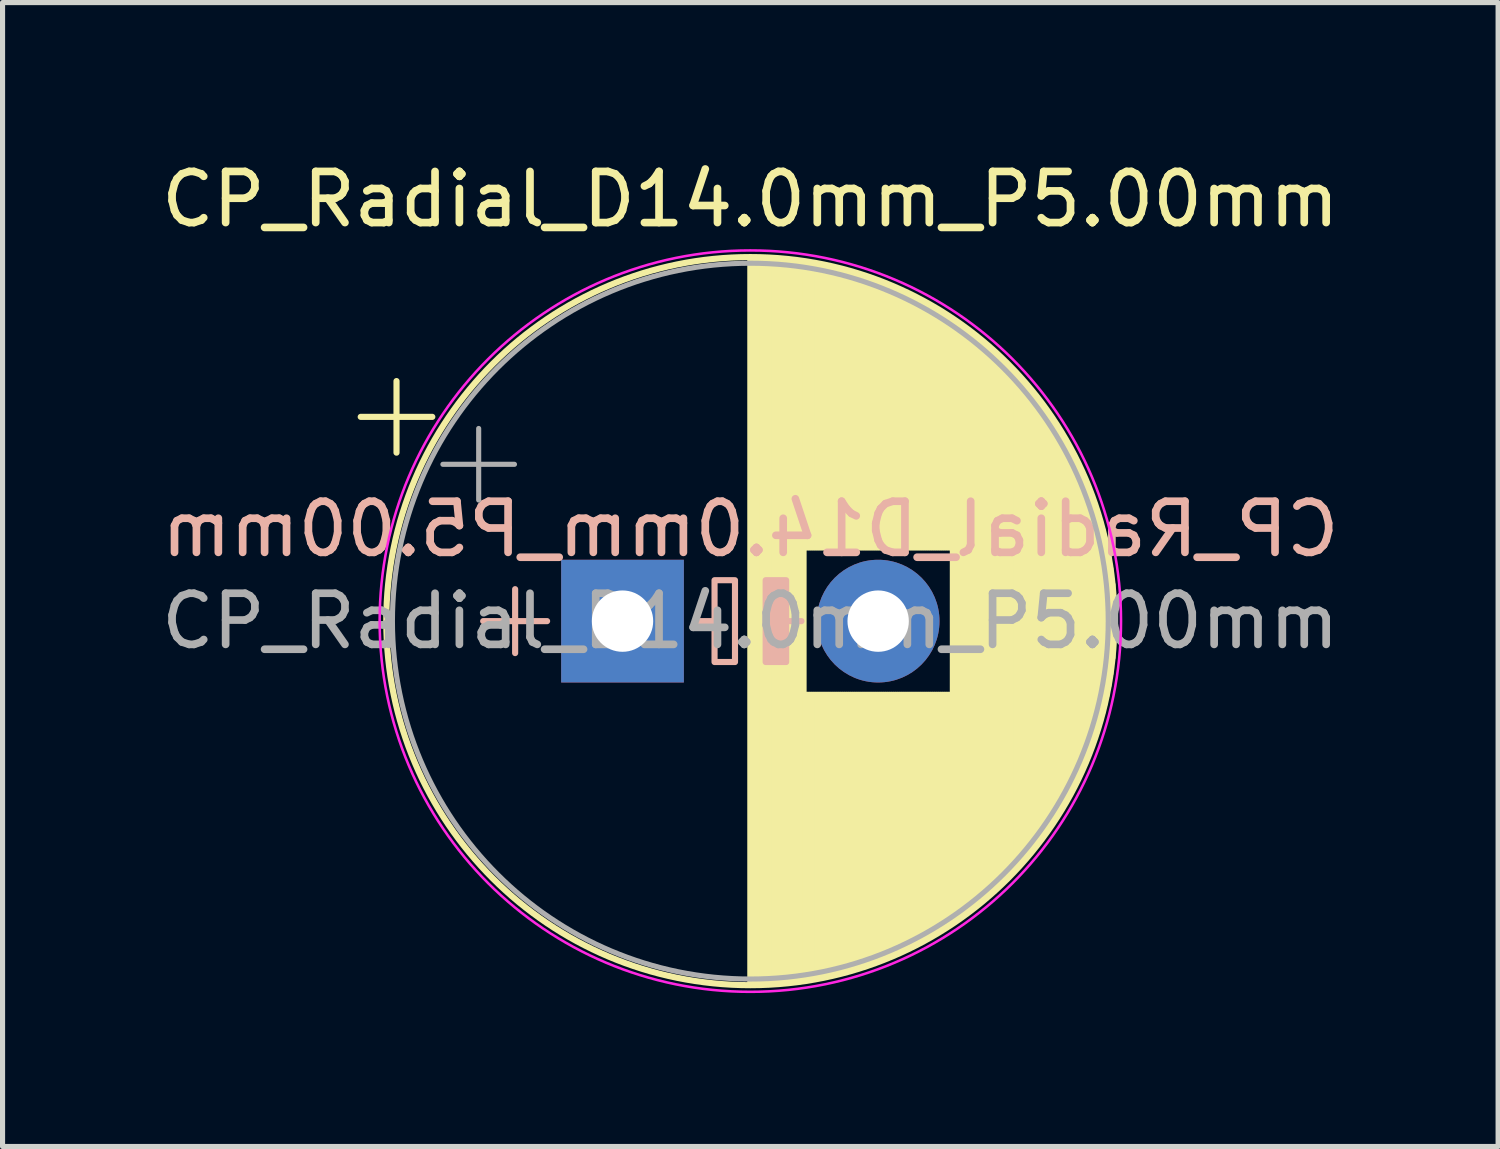
<source format=kicad_pcb>
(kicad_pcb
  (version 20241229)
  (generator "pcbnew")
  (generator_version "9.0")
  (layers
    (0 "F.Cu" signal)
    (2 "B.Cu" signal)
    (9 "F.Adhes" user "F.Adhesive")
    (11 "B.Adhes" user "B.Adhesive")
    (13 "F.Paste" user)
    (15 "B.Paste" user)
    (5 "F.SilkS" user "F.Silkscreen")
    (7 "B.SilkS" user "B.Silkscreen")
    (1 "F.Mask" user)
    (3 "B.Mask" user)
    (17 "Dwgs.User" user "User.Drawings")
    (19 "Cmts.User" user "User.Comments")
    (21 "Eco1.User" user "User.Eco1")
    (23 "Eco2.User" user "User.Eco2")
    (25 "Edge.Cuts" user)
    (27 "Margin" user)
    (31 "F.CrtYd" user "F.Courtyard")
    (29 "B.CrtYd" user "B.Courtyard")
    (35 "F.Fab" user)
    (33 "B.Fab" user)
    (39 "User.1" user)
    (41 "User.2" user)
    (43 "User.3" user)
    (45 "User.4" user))
  (footprint "CP_Radial_D14.0mm_P5.00mm"
    (layer "F.Cu")
    (at 9.125 9.098)
    (property "Reference" "CP_Radial_D14.0mm_P5.00mm" (at 2.5 -8.25 0) (layer "F.SilkS") (effects (font (size 1 1) (thickness 0.15))))
    (fp_line (start -5.12 -3.995) (end -3.72 -3.995) (stroke (width 0.12) (type solid)) (layer "F.SilkS"))
    (fp_line (start -4.42 -4.695) (end -4.42 -3.295) (stroke (width 0.12) (type solid)) (layer "F.SilkS"))
    (fp_line (start 2.5 -7.08) (end 2.5 7.08) (stroke (width 0.12) (type solid)) (layer "F.SilkS"))
    (fp_line (start 2.54 -7.08) (end 2.54 7.08) (stroke (width 0.12) (type solid)) (layer "F.SilkS"))
    (fp_line (start 2.58 -7.08) (end 2.58 7.08) (stroke (width 0.12) (type solid)) (layer "F.SilkS"))
    (fp_line (start 2.62 -7.079) (end 2.62 7.079) (stroke (width 0.12) (type solid)) (layer "F.SilkS"))
    (fp_line (start 2.66 -7.079) (end 2.66 7.079) (stroke (width 0.12) (type solid)) (layer "F.SilkS"))
    (fp_line (start 2.7 -7.078) (end 2.7 7.078) (stroke (width 0.12) (type solid)) (layer "F.SilkS"))
    (fp_line (start 2.74 -7.076) (end 2.74 7.076) (stroke (width 0.12) (type solid)) (layer "F.SilkS"))
    (fp_line (start 2.78 -7.075) (end 2.78 7.075) (stroke (width 0.12) (type solid)) (layer "F.SilkS"))
    (fp_line (start 2.82 -7.073) (end 2.82 7.073) (stroke (width 0.12) (type solid)) (layer "F.SilkS"))
    (fp_line (start 2.86 -7.071) (end 2.86 7.071) (stroke (width 0.12) (type solid)) (layer "F.SilkS"))
    (fp_line (start 2.9 -7.069) (end 2.9 7.069) (stroke (width 0.12) (type solid)) (layer "F.SilkS"))
    (fp_line (start 2.94 -7.067) (end 2.94 7.067) (stroke (width 0.12) (type solid)) (layer "F.SilkS"))
    (fp_line (start 2.98 -7.064) (end 2.98 7.064) (stroke (width 0.12) (type solid)) (layer "F.SilkS"))
    (fp_line (start 3.02 -7.061) (end 3.02 7.061) (stroke (width 0.12) (type solid)) (layer "F.SilkS"))
    (fp_line (start 3.06 -7.058) (end 3.06 7.058) (stroke (width 0.12) (type solid)) (layer "F.SilkS"))
    (fp_line (start 3.1 -7.055) (end 3.1 7.055) (stroke (width 0.12) (type solid)) (layer "F.SilkS"))
    (fp_line (start 3.14 -7.052) (end 3.14 7.052) (stroke (width 0.12) (type solid)) (layer "F.SilkS"))
    (fp_line (start 3.18 -7.048) (end 3.18 7.048) (stroke (width 0.12) (type solid)) (layer "F.SilkS"))
    (fp_line (start 3.221 -7.044) (end 3.221 7.044) (stroke (width 0.12) (type solid)) (layer "F.SilkS"))
    (fp_line (start 3.261 -7.04) (end 3.261 7.04) (stroke (width 0.12) (type solid)) (layer "F.SilkS"))
    (fp_line (start 3.301 -7.035) (end 3.301 7.035) (stroke (width 0.12) (type solid)) (layer "F.SilkS"))
    (fp_line (start 3.341 -7.031) (end 3.341 7.031) (stroke (width 0.12) (type solid)) (layer "F.SilkS"))
    (fp_line (start 3.381 -7.026) (end 3.381 7.026) (stroke (width 0.12) (type solid)) (layer "F.SilkS"))
    (fp_line (start 3.421 -7.021) (end 3.421 7.021) (stroke (width 0.12) (type solid)) (layer "F.SilkS"))
    (fp_line (start 3.461 -7.015) (end 3.461 7.015) (stroke (width 0.12) (type solid)) (layer "F.SilkS"))
    (fp_line (start 3.501 -7.01) (end 3.501 7.01) (stroke (width 0.12) (type solid)) (layer "F.SilkS"))
    (fp_line (start 3.541 -7.004) (end 3.541 7.004) (stroke (width 0.12) (type solid)) (layer "F.SilkS"))
    (fp_line (start 3.581 -6.998) (end 3.581 -1.44) (stroke (width 0.12) (type solid)) (layer "F.SilkS"))
    (fp_line (start 3.581 1.44) (end 3.581 6.998) (stroke (width 0.12) (type solid)) (layer "F.SilkS"))
    (fp_line (start 3.621 -6.992) (end 3.621 -1.44) (stroke (width 0.12) (type solid)) (layer "F.SilkS"))
    (fp_line (start 3.621 1.44) (end 3.621 6.992) (stroke (width 0.12) (type solid)) (layer "F.SilkS"))
    (fp_line (start 3.661 -6.985) (end 3.661 -1.44) (stroke (width 0.12) (type solid)) (layer "F.SilkS"))
    (fp_line (start 3.661 1.44) (end 3.661 6.985) (stroke (width 0.12) (type solid)) (layer "F.SilkS"))
    (fp_line (start 3.701 -6.979) (end 3.701 -1.44) (stroke (width 0.12) (type solid)) (layer "F.SilkS"))
    (fp_line (start 3.701 1.44) (end 3.701 6.979) (stroke (width 0.12) (type solid)) (layer "F.SilkS"))
    (fp_line (start 3.741 -6.972) (end 3.741 -1.44) (stroke (width 0.12) (type solid)) (layer "F.SilkS"))
    (fp_line (start 3.741 1.44) (end 3.741 6.972) (stroke (width 0.12) (type solid)) (layer "F.SilkS"))
    (fp_line (start 3.781 -6.964) (end 3.781 -1.44) (stroke (width 0.12) (type solid)) (layer "F.SilkS"))
    (fp_line (start 3.781 1.44) (end 3.781 6.964) (stroke (width 0.12) (type solid)) (layer "F.SilkS"))
    (fp_line (start 3.821 -6.957) (end 3.821 -1.44) (stroke (width 0.12) (type solid)) (layer "F.SilkS"))
    (fp_line (start 3.821 1.44) (end 3.821 6.957) (stroke (width 0.12) (type solid)) (layer "F.SilkS"))
    (fp_line (start 3.861 -6.949) (end 3.861 -1.44) (stroke (width 0.12) (type solid)) (layer "F.SilkS"))
    (fp_line (start 3.861 1.44) (end 3.861 6.949) (stroke (width 0.12) (type solid)) (layer "F.SilkS"))
    (fp_line (start 3.901 -6.942) (end 3.901 -1.44) (stroke (width 0.12) (type solid)) (layer "F.SilkS"))
    (fp_line (start 3.901 1.44) (end 3.901 6.942) (stroke (width 0.12) (type solid)) (layer "F.SilkS"))
    (fp_line (start 3.941 -6.933) (end 3.941 -1.44) (stroke (width 0.12) (type solid)) (layer "F.SilkS"))
    (fp_line (start 3.941 1.44) (end 3.941 6.933) (stroke (width 0.12) (type solid)) (layer "F.SilkS"))
    (fp_line (start 3.981 -6.925) (end 3.981 -1.44) (stroke (width 0.12) (type solid)) (layer "F.SilkS"))
    (fp_line (start 3.981 1.44) (end 3.981 6.925) (stroke (width 0.12) (type solid)) (layer "F.SilkS"))
    (fp_line (start 4.021 -6.916) (end 4.021 -1.44) (stroke (width 0.12) (type solid)) (layer "F.SilkS"))
    (fp_line (start 4.021 1.44) (end 4.021 6.916) (stroke (width 0.12) (type solid)) (layer "F.SilkS"))
    (fp_line (start 4.061 -6.907) (end 4.061 -1.44) (stroke (width 0.12) (type solid)) (layer "F.SilkS"))
    (fp_line (start 4.061 1.44) (end 4.061 6.907) (stroke (width 0.12) (type solid)) (layer "F.SilkS"))
    (fp_line (start 4.101 -6.898) (end 4.101 -1.44) (stroke (width 0.12) (type solid)) (layer "F.SilkS"))
    (fp_line (start 4.101 1.44) (end 4.101 6.898) (stroke (width 0.12) (type solid)) (layer "F.SilkS"))
    (fp_line (start 4.141 -6.889) (end 4.141 -1.44) (stroke (width 0.12) (type solid)) (layer "F.SilkS"))
    (fp_line (start 4.141 1.44) (end 4.141 6.889) (stroke (width 0.12) (type solid)) (layer "F.SilkS"))
    (fp_line (start 4.181 -6.879) (end 4.181 -1.44) (stroke (width 0.12) (type solid)) (layer "F.SilkS"))
    (fp_line (start 4.181 1.44) (end 4.181 6.879) (stroke (width 0.12) (type solid)) (layer "F.SilkS"))
    (fp_line (start 4.221 -6.87) (end 4.221 -1.44) (stroke (width 0.12) (type solid)) (layer "F.SilkS"))
    (fp_line (start 4.221 1.44) (end 4.221 6.87) (stroke (width 0.12) (type solid)) (layer "F.SilkS"))
    (fp_line (start 4.261 -6.86) (end 4.261 -1.44) (stroke (width 0.12) (type solid)) (layer "F.SilkS"))
    (fp_line (start 4.261 1.44) (end 4.261 6.86) (stroke (width 0.12) (type solid)) (layer "F.SilkS"))
    (fp_line (start 4.301 -6.849) (end 4.301 -1.44) (stroke (width 0.12) (type solid)) (layer "F.SilkS"))
    (fp_line (start 4.301 1.44) (end 4.301 6.849) (stroke (width 0.12) (type solid)) (layer "F.SilkS"))
    (fp_line (start 4.341 -6.839) (end 4.341 -1.44) (stroke (width 0.12) (type solid)) (layer "F.SilkS"))
    (fp_line (start 4.341 1.44) (end 4.341 6.839) (stroke (width 0.12) (type solid)) (layer "F.SilkS"))
    (fp_line (start 4.381 -6.828) (end 4.381 -1.44) (stroke (width 0.12) (type solid)) (layer "F.SilkS"))
    (fp_line (start 4.381 1.44) (end 4.381 6.828) (stroke (width 0.12) (type solid)) (layer "F.SilkS"))
    (fp_line (start 4.421 -6.817) (end 4.421 -1.44) (stroke (width 0.12) (type solid)) (layer "F.SilkS"))
    (fp_line (start 4.421 1.44) (end 4.421 6.817) (stroke (width 0.12) (type solid)) (layer "F.SilkS"))
    (fp_line (start 4.461 -6.805) (end 4.461 -1.44) (stroke (width 0.12) (type solid)) (layer "F.SilkS"))
    (fp_line (start 4.461 1.44) (end 4.461 6.805) (stroke (width 0.12) (type solid)) (layer "F.SilkS"))
    (fp_line (start 4.501 -6.794) (end 4.501 -1.44) (stroke (width 0.12) (type solid)) (layer "F.SilkS"))
    (fp_line (start 4.501 1.44) (end 4.501 6.794) (stroke (width 0.12) (type solid)) (layer "F.SilkS"))
    (fp_line (start 4.541 -6.782) (end 4.541 -1.44) (stroke (width 0.12) (type solid)) (layer "F.SilkS"))
    (fp_line (start 4.541 1.44) (end 4.541 6.782) (stroke (width 0.12) (type solid)) (layer "F.SilkS"))
    (fp_line (start 4.581 -6.77) (end 4.581 -1.44) (stroke (width 0.12) (type solid)) (layer "F.SilkS"))
    (fp_line (start 4.581 1.44) (end 4.581 6.77) (stroke (width 0.12) (type solid)) (layer "F.SilkS"))
    (fp_line (start 4.621 -6.758) (end 4.621 -1.44) (stroke (width 0.12) (type solid)) (layer "F.SilkS"))
    (fp_line (start 4.621 1.44) (end 4.621 6.758) (stroke (width 0.12) (type solid)) (layer "F.SilkS"))
    (fp_line (start 4.661 -6.745) (end 4.661 -1.44) (stroke (width 0.12) (type solid)) (layer "F.SilkS"))
    (fp_line (start 4.661 1.44) (end 4.661 6.745) (stroke (width 0.12) (type solid)) (layer "F.SilkS"))
    (fp_line (start 4.701 -6.732) (end 4.701 -1.44) (stroke (width 0.12) (type solid)) (layer "F.SilkS"))
    (fp_line (start 4.701 1.44) (end 4.701 6.732) (stroke (width 0.12) (type solid)) (layer "F.SilkS"))
    (fp_line (start 4.741 -6.719) (end 4.741 -1.44) (stroke (width 0.12) (type solid)) (layer "F.SilkS"))
    (fp_line (start 4.741 1.44) (end 4.741 6.719) (stroke (width 0.12) (type solid)) (layer "F.SilkS"))
    (fp_line (start 4.781 -6.706) (end 4.781 -1.44) (stroke (width 0.12) (type solid)) (layer "F.SilkS"))
    (fp_line (start 4.781 1.44) (end 4.781 6.706) (stroke (width 0.12) (type solid)) (layer "F.SilkS"))
    (fp_line (start 4.821 -6.692) (end 4.821 -1.44) (stroke (width 0.12) (type solid)) (layer "F.SilkS"))
    (fp_line (start 4.821 1.44) (end 4.821 6.692) (stroke (width 0.12) (type solid)) (layer "F.SilkS"))
    (fp_line (start 4.861 -6.678) (end 4.861 -1.44) (stroke (width 0.12) (type solid)) (layer "F.SilkS"))
    (fp_line (start 4.861 1.44) (end 4.861 6.678) (stroke (width 0.12) (type solid)) (layer "F.SilkS"))
    (fp_line (start 4.901 -6.664) (end 4.901 -1.44) (stroke (width 0.12) (type solid)) (layer "F.SilkS"))
    (fp_line (start 4.901 1.44) (end 4.901 6.664) (stroke (width 0.12) (type solid)) (layer "F.SilkS"))
    (fp_line (start 4.941 -6.649) (end 4.941 -1.44) (stroke (width 0.12) (type solid)) (layer "F.SilkS"))
    (fp_line (start 4.941 1.44) (end 4.941 6.649) (stroke (width 0.12) (type solid)) (layer "F.SilkS"))
    (fp_line (start 4.981 -6.635) (end 4.981 -1.44) (stroke (width 0.12) (type solid)) (layer "F.SilkS"))
    (fp_line (start 4.981 1.44) (end 4.981 6.635) (stroke (width 0.12) (type solid)) (layer "F.SilkS"))
    (fp_line (start 5.021 -6.62) (end 5.021 -1.44) (stroke (width 0.12) (type solid)) (layer "F.SilkS"))
    (fp_line (start 5.021 1.44) (end 5.021 6.62) (stroke (width 0.12) (type solid)) (layer "F.SilkS"))
    (fp_line (start 5.061 -6.604) (end 5.061 -1.44) (stroke (width 0.12) (type solid)) (layer "F.SilkS"))
    (fp_line (start 5.061 1.44) (end 5.061 6.604) (stroke (width 0.12) (type solid)) (layer "F.SilkS"))
    (fp_line (start 5.101 -6.589) (end 5.101 -1.44) (stroke (width 0.12) (type solid)) (layer "F.SilkS"))
    (fp_line (start 5.101 1.44) (end 5.101 6.589) (stroke (width 0.12) (type solid)) (layer "F.SilkS"))
    (fp_line (start 5.141 -6.573) (end 5.141 -1.44) (stroke (width 0.12) (type solid)) (layer "F.SilkS"))
    (fp_line (start 5.141 1.44) (end 5.141 6.573) (stroke (width 0.12) (type solid)) (layer "F.SilkS"))
    (fp_line (start 5.181 -6.557) (end 5.181 -1.44) (stroke (width 0.12) (type solid)) (layer "F.SilkS"))
    (fp_line (start 5.181 1.44) (end 5.181 6.557) (stroke (width 0.12) (type solid)) (layer "F.SilkS"))
    (fp_line (start 5.221 -6.54) (end 5.221 -1.44) (stroke (width 0.12) (type solid)) (layer "F.SilkS"))
    (fp_line (start 5.221 1.44) (end 5.221 6.54) (stroke (width 0.12) (type solid)) (layer "F.SilkS"))
    (fp_line (start 5.261 -6.524) (end 5.261 -1.44) (stroke (width 0.12) (type solid)) (layer "F.SilkS"))
    (fp_line (start 5.261 1.44) (end 5.261 6.524) (stroke (width 0.12) (type solid)) (layer "F.SilkS"))
    (fp_line (start 5.301 -6.507) (end 5.301 -1.44) (stroke (width 0.12) (type solid)) (layer "F.SilkS"))
    (fp_line (start 5.301 1.44) (end 5.301 6.507) (stroke (width 0.12) (type solid)) (layer "F.SilkS"))
    (fp_line (start 5.341 -6.49) (end 5.341 -1.44) (stroke (width 0.12) (type solid)) (layer "F.SilkS"))
    (fp_line (start 5.341 1.44) (end 5.341 6.49) (stroke (width 0.12) (type solid)) (layer "F.SilkS"))
    (fp_line (start 5.381 -6.472) (end 5.381 -1.44) (stroke (width 0.12) (type solid)) (layer "F.SilkS"))
    (fp_line (start 5.381 1.44) (end 5.381 6.472) (stroke (width 0.12) (type solid)) (layer "F.SilkS"))
    (fp_line (start 5.421 -6.454) (end 5.421 -1.44) (stroke (width 0.12) (type solid)) (layer "F.SilkS"))
    (fp_line (start 5.421 1.44) (end 5.421 6.454) (stroke (width 0.12) (type solid)) (layer "F.SilkS"))
    (fp_line (start 5.461 -6.436) (end 5.461 -1.44) (stroke (width 0.12) (type solid)) (layer "F.SilkS"))
    (fp_line (start 5.461 1.44) (end 5.461 6.436) (stroke (width 0.12) (type solid)) (layer "F.SilkS"))
    (fp_line (start 5.501 -6.418) (end 5.501 -1.44) (stroke (width 0.12) (type solid)) (layer "F.SilkS"))
    (fp_line (start 5.501 1.44) (end 5.501 6.418) (stroke (width 0.12) (type solid)) (layer "F.SilkS"))
    (fp_line (start 5.541 -6.399) (end 5.541 -1.44) (stroke (width 0.12) (type solid)) (layer "F.SilkS"))
    (fp_line (start 5.541 1.44) (end 5.541 6.399) (stroke (width 0.12) (type solid)) (layer "F.SilkS"))
    (fp_line (start 5.581 -6.38) (end 5.581 -1.44) (stroke (width 0.12) (type solid)) (layer "F.SilkS"))
    (fp_line (start 5.581 1.44) (end 5.581 6.38) (stroke (width 0.12) (type solid)) (layer "F.SilkS"))
    (fp_line (start 5.621 -6.36) (end 5.621 -1.44) (stroke (width 0.12) (type solid)) (layer "F.SilkS"))
    (fp_line (start 5.621 1.44) (end 5.621 6.36) (stroke (width 0.12) (type solid)) (layer "F.SilkS"))
    (fp_line (start 5.661 -6.341) (end 5.661 -1.44) (stroke (width 0.12) (type solid)) (layer "F.SilkS"))
    (fp_line (start 5.661 1.44) (end 5.661 6.341) (stroke (width 0.12) (type solid)) (layer "F.SilkS"))
    (fp_line (start 5.701 -6.321) (end 5.701 -1.44) (stroke (width 0.12) (type solid)) (layer "F.SilkS"))
    (fp_line (start 5.701 1.44) (end 5.701 6.321) (stroke (width 0.12) (type solid)) (layer "F.SilkS"))
    (fp_line (start 5.741 -6.301) (end 5.741 -1.44) (stroke (width 0.12) (type solid)) (layer "F.SilkS"))
    (fp_line (start 5.741 1.44) (end 5.741 6.301) (stroke (width 0.12) (type solid)) (layer "F.SilkS"))
    (fp_line (start 5.781 -6.28) (end 5.781 -1.44) (stroke (width 0.12) (type solid)) (layer "F.SilkS"))
    (fp_line (start 5.781 1.44) (end 5.781 6.28) (stroke (width 0.12) (type solid)) (layer "F.SilkS"))
    (fp_line (start 5.821 -6.259) (end 5.821 -1.44) (stroke (width 0.12) (type solid)) (layer "F.SilkS"))
    (fp_line (start 5.821 1.44) (end 5.821 6.259) (stroke (width 0.12) (type solid)) (layer "F.SilkS"))
    (fp_line (start 5.861 -6.238) (end 5.861 -1.44) (stroke (width 0.12) (type solid)) (layer "F.SilkS"))
    (fp_line (start 5.861 1.44) (end 5.861 6.238) (stroke (width 0.12) (type solid)) (layer "F.SilkS"))
    (fp_line (start 5.901 -6.216) (end 5.901 -1.44) (stroke (width 0.12) (type solid)) (layer "F.SilkS"))
    (fp_line (start 5.901 1.44) (end 5.901 6.216) (stroke (width 0.12) (type solid)) (layer "F.SilkS"))
    (fp_line (start 5.941 -6.194) (end 5.941 -1.44) (stroke (width 0.12) (type solid)) (layer "F.SilkS"))
    (fp_line (start 5.941 1.44) (end 5.941 6.194) (stroke (width 0.12) (type solid)) (layer "F.SilkS"))
    (fp_line (start 5.981 -6.172) (end 5.981 -1.44) (stroke (width 0.12) (type solid)) (layer "F.SilkS"))
    (fp_line (start 5.981 1.44) (end 5.981 6.172) (stroke (width 0.12) (type solid)) (layer "F.SilkS"))
    (fp_line (start 6.021 -6.15) (end 6.021 -1.44) (stroke (width 0.12) (type solid)) (layer "F.SilkS"))
    (fp_line (start 6.021 1.44) (end 6.021 6.15) (stroke (width 0.12) (type solid)) (layer "F.SilkS"))
    (fp_line (start 6.061 -6.127) (end 6.061 -1.44) (stroke (width 0.12) (type solid)) (layer "F.SilkS"))
    (fp_line (start 6.061 1.44) (end 6.061 6.127) (stroke (width 0.12) (type solid)) (layer "F.SilkS"))
    (fp_line (start 6.101 -6.103) (end 6.101 -1.44) (stroke (width 0.12) (type solid)) (layer "F.SilkS"))
    (fp_line (start 6.101 1.44) (end 6.101 6.103) (stroke (width 0.12) (type solid)) (layer "F.SilkS"))
    (fp_line (start 6.141 -6.08) (end 6.141 -1.44) (stroke (width 0.12) (type solid)) (layer "F.SilkS"))
    (fp_line (start 6.141 1.44) (end 6.141 6.08) (stroke (width 0.12) (type solid)) (layer "F.SilkS"))
    (fp_line (start 6.181 -6.056) (end 6.181 -1.44) (stroke (width 0.12) (type solid)) (layer "F.SilkS"))
    (fp_line (start 6.181 1.44) (end 6.181 6.056) (stroke (width 0.12) (type solid)) (layer "F.SilkS"))
    (fp_line (start 6.221 -6.031) (end 6.221 -1.44) (stroke (width 0.12) (type solid)) (layer "F.SilkS"))
    (fp_line (start 6.221 1.44) (end 6.221 6.031) (stroke (width 0.12) (type solid)) (layer "F.SilkS"))
    (fp_line (start 6.261 -6.007) (end 6.261 -1.44) (stroke (width 0.12) (type solid)) (layer "F.SilkS"))
    (fp_line (start 6.261 1.44) (end 6.261 6.007) (stroke (width 0.12) (type solid)) (layer "F.SilkS"))
    (fp_line (start 6.301 -5.982) (end 6.301 -1.44) (stroke (width 0.12) (type solid)) (layer "F.SilkS"))
    (fp_line (start 6.301 1.44) (end 6.301 5.982) (stroke (width 0.12) (type solid)) (layer "F.SilkS"))
    (fp_line (start 6.341 -5.956) (end 6.341 -1.44) (stroke (width 0.12) (type solid)) (layer "F.SilkS"))
    (fp_line (start 6.341 1.44) (end 6.341 5.956) (stroke (width 0.12) (type solid)) (layer "F.SilkS"))
    (fp_line (start 6.381 -5.93) (end 6.381 -1.44) (stroke (width 0.12) (type solid)) (layer "F.SilkS"))
    (fp_line (start 6.381 1.44) (end 6.381 5.93) (stroke (width 0.12) (type solid)) (layer "F.SilkS"))
    (fp_line (start 6.421 -5.904) (end 6.421 -1.44) (stroke (width 0.12) (type solid)) (layer "F.SilkS"))
    (fp_line (start 6.421 1.44) (end 6.421 5.904) (stroke (width 0.12) (type solid)) (layer "F.SilkS"))
    (fp_line (start 6.461 -5.878) (end 6.461 5.878) (stroke (width 0.12) (type solid)) (layer "F.SilkS"))
    (fp_line (start 6.501 -5.851) (end 6.501 5.851) (stroke (width 0.12) (type solid)) (layer "F.SilkS"))
    (fp_line (start 6.541 -5.823) (end 6.541 5.823) (stroke (width 0.12) (type solid)) (layer "F.SilkS"))
    (fp_line (start 6.581 -5.796) (end 6.581 5.796) (stroke (width 0.12) (type solid)) (layer "F.SilkS"))
    (fp_line (start 6.621 -5.767) (end 6.621 5.767) (stroke (width 0.12) (type solid)) (layer "F.SilkS"))
    (fp_line (start 6.661 -5.739) (end 6.661 5.739) (stroke (width 0.12) (type solid)) (layer "F.SilkS"))
    (fp_line (start 6.701 -5.71) (end 6.701 5.71) (stroke (width 0.12) (type solid)) (layer "F.SilkS"))
    (fp_line (start 6.741 -5.68) (end 6.741 5.68) (stroke (width 0.12) (type solid)) (layer "F.SilkS"))
    (fp_line (start 6.781 -5.65) (end 6.781 5.65) (stroke (width 0.12) (type solid)) (layer "F.SilkS"))
    (fp_line (start 6.821 -5.62) (end 6.821 5.62) (stroke (width 0.12) (type solid)) (layer "F.SilkS"))
    (fp_line (start 6.861 -5.589) (end 6.861 5.589) (stroke (width 0.12) (type solid)) (layer "F.SilkS"))
    (fp_line (start 6.901 -5.558) (end 6.901 5.558) (stroke (width 0.12) (type solid)) (layer "F.SilkS"))
    (fp_line (start 6.941 -5.527) (end 6.941 5.527) (stroke (width 0.12) (type solid)) (layer "F.SilkS"))
    (fp_line (start 6.981 -5.494) (end 6.981 5.494) (stroke (width 0.12) (type solid)) (layer "F.SilkS"))
    (fp_line (start 7.021 -5.462) (end 7.021 5.462) (stroke (width 0.12) (type solid)) (layer "F.SilkS"))
    (fp_line (start 7.061 -5.429) (end 7.061 5.429) (stroke (width 0.12) (type solid)) (layer "F.SilkS"))
    (fp_line (start 7.101 -5.395) (end 7.101 5.395) (stroke (width 0.12) (type solid)) (layer "F.SilkS"))
    (fp_line (start 7.141 -5.361) (end 7.141 5.361) (stroke (width 0.12) (type solid)) (layer "F.SilkS"))
    (fp_line (start 7.181 -5.326) (end 7.181 5.326) (stroke (width 0.12) (type solid)) (layer "F.SilkS"))
    (fp_line (start 7.221 -5.291) (end 7.221 5.291) (stroke (width 0.12) (type solid)) (layer "F.SilkS"))
    (fp_line (start 7.261 -5.255) (end 7.261 5.255) (stroke (width 0.12) (type solid)) (layer "F.SilkS"))
    (fp_line (start 7.301 -5.219) (end 7.301 5.219) (stroke (width 0.12) (type solid)) (layer "F.SilkS"))
    (fp_line (start 7.341 -5.182) (end 7.341 5.182) (stroke (width 0.12) (type solid)) (layer "F.SilkS"))
    (fp_line (start 7.381 -5.145) (end 7.381 5.145) (stroke (width 0.12) (type solid)) (layer "F.SilkS"))
    (fp_line (start 7.421 -5.107) (end 7.421 5.107) (stroke (width 0.12) (type solid)) (layer "F.SilkS"))
    (fp_line (start 7.461 -5.069) (end 7.461 5.069) (stroke (width 0.12) (type solid)) (layer "F.SilkS"))
    (fp_line (start 7.501 -5.029) (end 7.501 5.029) (stroke (width 0.12) (type solid)) (layer "F.SilkS"))
    (fp_line (start 7.541 -4.99) (end 7.541 4.99) (stroke (width 0.12) (type solid)) (layer "F.SilkS"))
    (fp_line (start 7.581 -4.949) (end 7.581 4.949) (stroke (width 0.12) (type solid)) (layer "F.SilkS"))
    (fp_line (start 7.621 -4.908) (end 7.621 4.908) (stroke (width 0.12) (type solid)) (layer "F.SilkS"))
    (fp_line (start 7.661 -4.866) (end 7.661 4.866) (stroke (width 0.12) (type solid)) (layer "F.SilkS"))
    (fp_line (start 7.701 -4.824) (end 7.701 4.824) (stroke (width 0.12) (type solid)) (layer "F.SilkS"))
    (fp_line (start 7.741 -4.781) (end 7.741 4.781) (stroke (width 0.12) (type solid)) (layer "F.SilkS"))
    (fp_line (start 7.781 -4.737) (end 7.781 4.737) (stroke (width 0.12) (type solid)) (layer "F.SilkS"))
    (fp_line (start 7.821 -4.693) (end 7.821 4.693) (stroke (width 0.12) (type solid)) (layer "F.SilkS"))
    (fp_line (start 7.861 -4.647) (end 7.861 4.647) (stroke (width 0.12) (type solid)) (layer "F.SilkS"))
    (fp_line (start 7.901 -4.601) (end 7.901 4.601) (stroke (width 0.12) (type solid)) (layer "F.SilkS"))
    (fp_line (start 7.941 -4.554) (end 7.941 4.554) (stroke (width 0.12) (type solid)) (layer "F.SilkS"))
    (fp_line (start 7.981 -4.506) (end 7.981 4.506) (stroke (width 0.12) (type solid)) (layer "F.SilkS"))
    (fp_line (start 8.021 -4.458) (end 8.021 4.458) (stroke (width 0.12) (type solid)) (layer "F.SilkS"))
    (fp_line (start 8.061 -4.408) (end 8.061 4.408) (stroke (width 0.12) (type solid)) (layer "F.SilkS"))
    (fp_line (start 8.101 -4.358) (end 8.101 4.358) (stroke (width 0.12) (type solid)) (layer "F.SilkS"))
    (fp_line (start 8.141 -4.306) (end 8.141 4.306) (stroke (width 0.12) (type solid)) (layer "F.SilkS"))
    (fp_line (start 8.181 -4.254) (end 8.181 4.254) (stroke (width 0.12) (type solid)) (layer "F.SilkS"))
    (fp_line (start 8.221 -4.2) (end 8.221 4.2) (stroke (width 0.12) (type solid)) (layer "F.SilkS"))
    (fp_line (start 8.261 -4.146) (end 8.261 4.146) (stroke (width 0.12) (type solid)) (layer "F.SilkS"))
    (fp_line (start 8.301 -4.09) (end 8.301 4.09) (stroke (width 0.12) (type solid)) (layer "F.SilkS"))
    (fp_line (start 8.341 -4.033) (end 8.341 4.033) (stroke (width 0.12) (type solid)) (layer "F.SilkS"))
    (fp_line (start 8.381 -3.975) (end 8.381 3.975) (stroke (width 0.12) (type solid)) (layer "F.SilkS"))
    (fp_line (start 8.421 -3.916) (end 8.421 3.916) (stroke (width 0.12) (type solid)) (layer "F.SilkS"))
    (fp_line (start 8.461 -3.856) (end 8.461 3.856) (stroke (width 0.12) (type solid)) (layer "F.SilkS"))
    (fp_line (start 8.501 -3.794) (end 8.501 3.794) (stroke (width 0.12) (type solid)) (layer "F.SilkS"))
    (fp_line (start 8.541 -3.73) (end 8.541 3.73) (stroke (width 0.12) (type solid)) (layer "F.SilkS"))
    (fp_line (start 8.581 -3.666) (end 8.581 3.666) (stroke (width 0.12) (type solid)) (layer "F.SilkS"))
    (fp_line (start 8.621 -3.599) (end 8.621 3.599) (stroke (width 0.12) (type solid)) (layer "F.SilkS"))
    (fp_line (start 8.661 -3.531) (end 8.661 3.531) (stroke (width 0.12) (type solid)) (layer "F.SilkS"))
    (fp_line (start 8.701 -3.461) (end 8.701 3.461) (stroke (width 0.12) (type solid)) (layer "F.SilkS"))
    (fp_line (start 8.741 -3.389) (end 8.741 3.389) (stroke (width 0.12) (type solid)) (layer "F.SilkS"))
    (fp_line (start 8.781 -3.315) (end 8.781 3.315) (stroke (width 0.12) (type solid)) (layer "F.SilkS"))
    (fp_line (start 8.821 -3.24) (end 8.821 3.24) (stroke (width 0.12) (type solid)) (layer "F.SilkS"))
    (fp_line (start 8.861 -3.161) (end 8.861 3.161) (stroke (width 0.12) (type solid)) (layer "F.SilkS"))
    (fp_line (start 8.901 -3.08) (end 8.901 3.08) (stroke (width 0.12) (type solid)) (layer "F.SilkS"))
    (fp_line (start 8.941 -2.997) (end 8.941 2.997) (stroke (width 0.12) (type solid)) (layer "F.SilkS"))
    (fp_line (start 8.981 -2.911) (end 8.981 2.911) (stroke (width 0.12) (type solid)) (layer "F.SilkS"))
    (fp_line (start 9.021 -2.821) (end 9.021 2.821) (stroke (width 0.12) (type solid)) (layer "F.SilkS"))
    (fp_line (start 9.061 -2.728) (end 9.061 2.728) (stroke (width 0.12) (type solid)) (layer "F.SilkS"))
    (fp_line (start 9.101 -2.632) (end 9.101 2.632) (stroke (width 0.12) (type solid)) (layer "F.SilkS"))
    (fp_line (start 9.141 -2.53) (end 9.141 2.53) (stroke (width 0.12) (type solid)) (layer "F.SilkS"))
    (fp_line (start 9.181 -2.425) (end 9.181 2.425) (stroke (width 0.12) (type solid)) (layer "F.SilkS"))
    (fp_line (start 9.221 -2.313) (end 9.221 2.313) (stroke (width 0.12) (type solid)) (layer "F.SilkS"))
    (fp_line (start 9.261 -2.196) (end 9.261 2.196) (stroke (width 0.12) (type solid)) (layer "F.SilkS"))
    (fp_line (start 9.301 -2.071) (end 9.301 2.071) (stroke (width 0.12) (type solid)) (layer "F.SilkS"))
    (fp_line (start 9.341 -1.938) (end 9.341 1.938) (stroke (width 0.12) (type solid)) (layer "F.SilkS"))
    (fp_line (start 9.381 -1.794) (end 9.381 1.794) (stroke (width 0.12) (type solid)) (layer "F.SilkS"))
    (fp_line (start 9.421 -1.636) (end 9.421 1.636) (stroke (width 0.12) (type solid)) (layer "F.SilkS"))
    (fp_line (start 9.461 -1.461) (end 9.461 1.461) (stroke (width 0.12) (type solid)) (layer "F.SilkS"))
    (fp_line (start 9.501 -1.262) (end 9.501 1.262) (stroke (width 0.12) (type solid)) (layer "F.SilkS"))
    (fp_line (start 9.541 -1.025) (end 9.541 1.025) (stroke (width 0.12) (type solid)) (layer "F.SilkS"))
    (fp_line (start 9.581 -0.714) (end 9.581 0.714) (stroke (width 0.12) (type solid)) (layer "F.SilkS"))
    (fp_circle (center 2.5 0) (end 9.62 0) (stroke (width 0.12) (type solid)) (fill no) (layer "F.SilkS"))
    (fp_line (start -2.1 -0.625) (end -2.1 0.625) (stroke (width 0.12) (type solid)) (layer "B.SilkS"))
    (fp_line (start -1.475 0) (end -2.725 0) (stroke (width 0.12) (type solid)) (layer "B.SilkS"))
    (fp_line (start 1.8 0) (end 1.5 0) (stroke (width 0.12) (type solid)) (layer "B.SilkS"))
    (fp_line (start 3.5 0) (end 3.2 0) (stroke (width 0.12) (type solid)) (layer "B.SilkS"))
    (fp_rect (start 2.2 -0.8) (end 1.8 0.8) (stroke (width 0.12) (type solid)) (fill no) (layer "B.SilkS"))
    (fp_rect (start 3.2 -0.8) (end 2.8 0.8) (stroke (width 0.12) (type solid)) (fill yes) (layer "B.SilkS"))
    (fp_circle (center 2.5 0) (end 9.75 0) (stroke (width 0.05) (type solid)) (fill no) (layer "F.CrtYd"))
    (fp_line (start -3.513 -3.067) (end -2.113 -3.067) (stroke (width 0.1) (type solid)) (layer "F.Fab"))
    (fp_line (start -2.813 -3.768) (end -2.813 -2.368) (stroke (width 0.1) (type solid)) (layer "F.Fab"))
    (fp_circle (center 2.5 0) (end 9.5 0) (stroke (width 0.1) (type solid)) (fill no) (layer "F.Fab"))
    (fp_text user "${REFERENCE}" (at 2.5 -1.8 0) (layer "B.SilkS") (effects (font (size 1 1) (thickness 0.15)) (justify mirror)))
    (fp_text user "${REFERENCE}" (at 2.5 0 0) (layer "F.Fab") (effects (font (size 1 1) (thickness 0.15))))
    (pad "1" thru_hole rect (at 0 0) (size 2.4 2.4) (drill 1.2) (layers "*.Cu" "*.Mask"))
    (pad "2" thru_hole circle (at 5 0) (size 2.4 2.4) (drill 1.2) (layers "*.Cu" "*.Mask")))
  (gr_rect
    (start -3 -3)
    (end 26.25 19.373)
    (stroke (width 0.1) (type default))
    (fill no)
    (layer "Edge.Cuts")))
</source>
